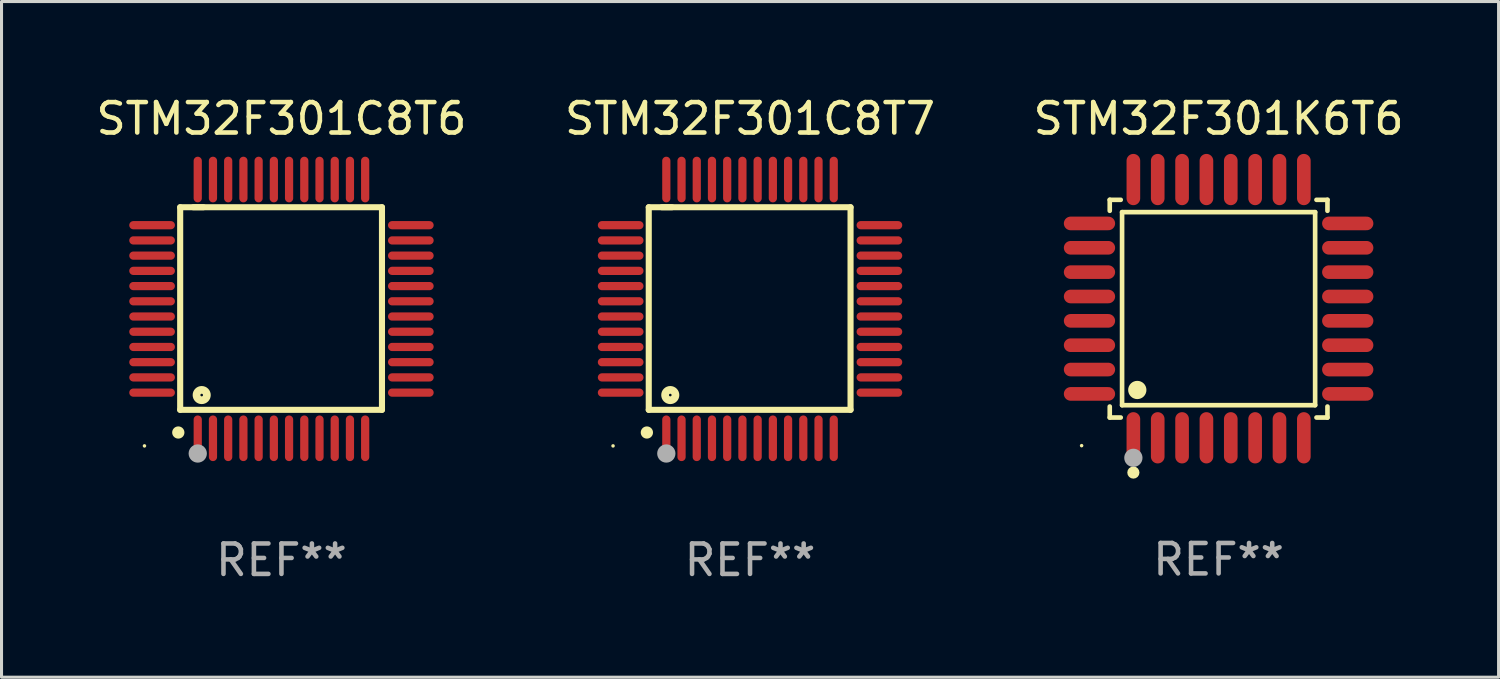
<source format=kicad_pcb>
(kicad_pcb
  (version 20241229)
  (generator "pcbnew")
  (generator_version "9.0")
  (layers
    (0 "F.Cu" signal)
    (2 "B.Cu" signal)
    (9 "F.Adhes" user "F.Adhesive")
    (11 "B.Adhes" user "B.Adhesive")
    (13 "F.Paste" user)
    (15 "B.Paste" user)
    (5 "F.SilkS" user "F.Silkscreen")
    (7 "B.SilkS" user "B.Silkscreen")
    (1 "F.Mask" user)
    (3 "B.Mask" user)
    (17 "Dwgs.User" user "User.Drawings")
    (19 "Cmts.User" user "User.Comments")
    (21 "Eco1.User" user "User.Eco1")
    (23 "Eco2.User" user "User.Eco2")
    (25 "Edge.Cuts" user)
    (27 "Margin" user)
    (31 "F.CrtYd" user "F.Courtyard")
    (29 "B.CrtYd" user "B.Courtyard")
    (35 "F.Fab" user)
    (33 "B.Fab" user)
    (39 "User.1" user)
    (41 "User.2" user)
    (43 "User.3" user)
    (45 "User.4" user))
  (footprint "STM32F301K6T6"
    (layer "F.Cu")
    (at 36.982 7.09)
    (property "Reference" "STM32F301K6T6" (at 0 -6.242 0) (layer "F.SilkS") (effects (font (size 1 1) (thickness 0.15))))
    (attr through_hole)
    (fp_line (start -3.576 -3.576) (end -3.215 -3.576) (stroke (width 0.152) (type solid)) (layer "F.SilkS"))
    (fp_line (start -3.576 -3.215) (end -3.576 -3.576) (stroke (width 0.152) (type solid)) (layer "F.SilkS"))
    (fp_line (start -3.576 3.215) (end -3.576 3.576) (stroke (width 0.152) (type solid)) (layer "F.SilkS"))
    (fp_line (start -3.576 3.576) (end -3.215 3.576) (stroke (width 0.152) (type solid)) (layer "F.SilkS"))
    (fp_line (start -3.171 -3.171) (end 3.171 -3.171) (stroke (width 0.152) (type solid)) (layer "F.SilkS"))
    (fp_line (start -3.171 3.171) (end -3.171 -3.171) (stroke (width 0.152) (type solid)) (layer "F.SilkS"))
    (fp_line (start 3.171 -3.171) (end 3.171 3.171) (stroke (width 0.152) (type solid)) (layer "F.SilkS"))
    (fp_line (start 3.171 3.171) (end -3.171 3.171) (stroke (width 0.152) (type solid)) (layer "F.SilkS"))
    (fp_line (start 3.576 -3.576) (end 3.215 -3.576) (stroke (width 0.152) (type solid)) (layer "F.SilkS"))
    (fp_line (start 3.576 -3.215) (end 3.576 -3.576) (stroke (width 0.152) (type solid)) (layer "F.SilkS"))
    (fp_line (start 3.576 3.215) (end 3.576 3.576) (stroke (width 0.152) (type solid)) (layer "F.SilkS"))
    (fp_line (start 3.576 3.576) (end 3.215 3.576) (stroke (width 0.152) (type solid)) (layer "F.SilkS"))
    (fp_circle (center -4.5 4.5) (end -4.47 4.5) (stroke (width 0.06) (type solid)) (fill no) (layer "F.SilkS"))
    (fp_circle (center -2.8 5.384) (end -2.7 5.384) (stroke (width 0.2) (type solid)) (fill no) (layer "F.SilkS"))
    (fp_circle (center -2.671 2.671) (end -2.521 2.671) (stroke (width 0.3) (type solid)) (fill no) (layer "F.SilkS"))
    (fp_circle (center -2.8 4.9) (end -2.65 4.9) (stroke (width 0.3) (type solid)) (fill no) (layer "F.Fab"))
    (fp_text user "REF**" (at 0 8.242 0) (layer "F.Fab") (effects (font (size 1 1) (thickness 0.15))))
    (pad "1" smd oval (at -2.8 4.242) (size 0.448 1.684) (layers "F.Cu" "F.Mask" "F.Paste"))
    (pad "2" smd oval (at -2 4.242) (size 0.448 1.684) (layers "F.Cu" "F.Mask" "F.Paste"))
    (pad "3" smd oval (at -1.2 4.242) (size 0.448 1.684) (layers "F.Cu" "F.Mask" "F.Paste"))
    (pad "4" smd oval (at -0.4 4.242) (size 0.448 1.684) (layers "F.Cu" "F.Mask" "F.Paste"))
    (pad "5" smd oval (at 0.4 4.242) (size 0.448 1.684) (layers "F.Cu" "F.Mask" "F.Paste"))
    (pad "6" smd oval (at 1.2 4.242) (size 0.448 1.684) (layers "F.Cu" "F.Mask" "F.Paste"))
    (pad "7" smd oval (at 2 4.242) (size 0.448 1.684) (layers "F.Cu" "F.Mask" "F.Paste"))
    (pad "8" smd oval (at 2.8 4.242) (size 0.448 1.684) (layers "F.Cu" "F.Mask" "F.Paste"))
    (pad "9" smd oval (at 4.242 2.8) (size 1.684 0.448) (layers "F.Cu" "F.Mask" "F.Paste"))
    (pad "10" smd oval (at 4.242 2) (size 1.684 0.448) (layers "F.Cu" "F.Mask" "F.Paste"))
    (pad "11" smd oval (at 4.242 1.2) (size 1.684 0.448) (layers "F.Cu" "F.Mask" "F.Paste"))
    (pad "12" smd oval (at 4.242 0.4) (size 1.684 0.448) (layers "F.Cu" "F.Mask" "F.Paste"))
    (pad "13" smd oval (at 4.242 -0.4) (size 1.684 0.448) (layers "F.Cu" "F.Mask" "F.Paste"))
    (pad "14" smd oval (at 4.242 -1.2) (size 1.684 0.448) (layers "F.Cu" "F.Mask" "F.Paste"))
    (pad "15" smd oval (at 4.242 -2) (size 1.684 0.448) (layers "F.Cu" "F.Mask" "F.Paste"))
    (pad "16" smd oval (at 4.242 -2.8) (size 1.684 0.448) (layers "F.Cu" "F.Mask" "F.Paste"))
    (pad "17" smd oval (at 2.8 -4.242) (size 0.448 1.684) (layers "F.Cu" "F.Mask" "F.Paste"))
    (pad "18" smd oval (at 2 -4.242) (size 0.448 1.684) (layers "F.Cu" "F.Mask" "F.Paste"))
    (pad "19" smd oval (at 1.2 -4.242) (size 0.448 1.684) (layers "F.Cu" "F.Mask" "F.Paste"))
    (pad "20" smd oval (at 0.4 -4.242) (size 0.448 1.684) (layers "F.Cu" "F.Mask" "F.Paste"))
    (pad "21" smd oval (at -0.4 -4.242) (size 0.448 1.684) (layers "F.Cu" "F.Mask" "F.Paste"))
    (pad "22" smd oval (at -1.2 -4.242) (size 0.448 1.684) (layers "F.Cu" "F.Mask" "F.Paste"))
    (pad "23" smd oval (at -2 -4.242) (size 0.448 1.684) (layers "F.Cu" "F.Mask" "F.Paste"))
    (pad "24" smd oval (at -2.8 -4.242) (size 0.448 1.684) (layers "F.Cu" "F.Mask" "F.Paste"))
    (pad "25" smd oval (at -4.242 -2.8) (size 1.684 0.448) (layers "F.Cu" "F.Mask" "F.Paste"))
    (pad "26" smd oval (at -4.242 -2) (size 1.684 0.448) (layers "F.Cu" "F.Mask" "F.Paste"))
    (pad "27" smd oval (at -4.242 -1.2) (size 1.684 0.448) (layers "F.Cu" "F.Mask" "F.Paste"))
    (pad "28" smd oval (at -4.242 -0.4) (size 1.684 0.448) (layers "F.Cu" "F.Mask" "F.Paste"))
    (pad "29" smd oval (at -4.242 0.4) (size 1.684 0.448) (layers "F.Cu" "F.Mask" "F.Paste"))
    (pad "30" smd oval (at -4.242 1.2) (size 1.684 0.448) (layers "F.Cu" "F.Mask" "F.Paste"))
    (pad "31" smd oval (at -4.242 2) (size 1.684 0.448) (layers "F.Cu" "F.Mask" "F.Paste"))
    (pad "32" smd oval (at -4.242 2.8) (size 1.684 0.448) (layers "F.Cu" "F.Mask" "F.Paste")))
  (footprint "STM32F301C8T7"
    (layer "F.Cu")
    (at 21.589 7.098)
    (property "Reference" "STM32F301C8T7" (at 0 -6.25 0) (layer "F.SilkS") (effects (font (size 1 1) (thickness 0.15))))
    (attr through_hole)
    (fp_line (start -3.327 -3.34) (end -2.565 -3.34) (stroke (width 0.2) (type solid)) (layer "F.SilkS"))
    (fp_line (start -3.327 3.315) (end -3.327 -3.34) (stroke (width 0.2) (type solid)) (layer "F.SilkS"))
    (fp_line (start -2.896 -3.34) (end 3.302 -3.34) (stroke (width 0.2) (type solid)) (layer "F.SilkS"))
    (fp_line (start 3.302 -3.34) (end 3.302 3.315) (stroke (width 0.2) (type solid)) (layer "F.SilkS"))
    (fp_line (start 3.302 3.315) (end -3.327 3.315) (stroke (width 0.2) (type solid)) (layer "F.SilkS"))
    (fp_arc (start -3.389992 4.059995) (mid -3.388722 4.059991) (end -3.387452 4.059995) (stroke (width 0.4) (type solid)) (layer "F.SilkS"))
    (fp_circle (center -4.5 4.5) (end -4.47 4.5) (stroke (width 0.06) (type solid)) (fill no) (layer "F.SilkS"))
    (fp_circle (center -2.62 2.83) (end -2.45 2.83) (stroke (width 0.254) (type solid)) (fill no) (layer "F.SilkS"))
    (fp_circle (center -2.75 4.75) (end -2.6 4.75) (stroke (width 0.3) (type solid)) (fill no) (layer "F.Fab"))
    (fp_text user "REF**" (at 0 8.25 0) (layer "F.Fab") (effects (font (size 1 1) (thickness 0.15))))
    (pad "1" smd oval (at -2.75 4.25) (size 0.27 1.5) (layers "F.Cu" "F.Mask" "F.Paste"))
    (pad "2" smd oval (at -2.25 4.25) (size 0.27 1.5) (layers "F.Cu" "F.Mask" "F.Paste"))
    (pad "3" smd oval (at -1.75 4.25) (size 0.27 1.5) (layers "F.Cu" "F.Mask" "F.Paste"))
    (pad "4" smd oval (at -1.25 4.25) (size 0.27 1.5) (layers "F.Cu" "F.Mask" "F.Paste"))
    (pad "5" smd oval (at -0.75 4.25) (size 0.27 1.5) (layers "F.Cu" "F.Mask" "F.Paste"))
    (pad "6" smd oval (at -0.25 4.25) (size 0.27 1.5) (layers "F.Cu" "F.Mask" "F.Paste"))
    (pad "7" smd oval (at 0.25 4.25) (size 0.27 1.5) (layers "F.Cu" "F.Mask" "F.Paste"))
    (pad "8" smd oval (at 0.75 4.25) (size 0.27 1.5) (layers "F.Cu" "F.Mask" "F.Paste"))
    (pad "9" smd oval (at 1.25 4.25) (size 0.27 1.5) (layers "F.Cu" "F.Mask" "F.Paste"))
    (pad "10" smd oval (at 1.75 4.25) (size 0.27 1.5) (layers "F.Cu" "F.Mask" "F.Paste"))
    (pad "11" smd oval (at 2.25 4.25) (size 0.27 1.5) (layers "F.Cu" "F.Mask" "F.Paste"))
    (pad "12" smd oval (at 2.75 4.25) (size 0.27 1.5) (layers "F.Cu" "F.Mask" "F.Paste"))
    (pad "13" smd oval (at 4.25 2.75) (size 1.5 0.27) (layers "F.Cu" "F.Mask" "F.Paste"))
    (pad "14" smd oval (at 4.25 2.25) (size 1.5 0.27) (layers "F.Cu" "F.Mask" "F.Paste"))
    (pad "15" smd oval (at 4.25 1.75) (size 1.5 0.27) (layers "F.Cu" "F.Mask" "F.Paste"))
    (pad "16" smd oval (at 4.25 1.25) (size 1.5 0.27) (layers "F.Cu" "F.Mask" "F.Paste"))
    (pad "17" smd oval (at 4.25 0.75) (size 1.5 0.27) (layers "F.Cu" "F.Mask" "F.Paste"))
    (pad "18" smd oval (at 4.25 0.25) (size 1.5 0.27) (layers "F.Cu" "F.Mask" "F.Paste"))
    (pad "19" smd oval (at 4.25 -0.25) (size 1.5 0.27) (layers "F.Cu" "F.Mask" "F.Paste"))
    (pad "20" smd oval (at 4.25 -0.75) (size 1.5 0.27) (layers "F.Cu" "F.Mask" "F.Paste"))
    (pad "21" smd oval (at 4.25 -1.25) (size 1.5 0.27) (layers "F.Cu" "F.Mask" "F.Paste"))
    (pad "22" smd oval (at 4.25 -1.75) (size 1.5 0.27) (layers "F.Cu" "F.Mask" "F.Paste"))
    (pad "23" smd oval (at 4.25 -2.25) (size 1.5 0.27) (layers "F.Cu" "F.Mask" "F.Paste"))
    (pad "24" smd oval (at 4.25 -2.75) (size 1.5 0.27) (layers "F.Cu" "F.Mask" "F.Paste"))
    (pad "25" smd oval (at 2.75 -4.25) (size 0.27 1.5) (layers "F.Cu" "F.Mask" "F.Paste"))
    (pad "26" smd oval (at 2.25 -4.25) (size 0.27 1.5) (layers "F.Cu" "F.Mask" "F.Paste"))
    (pad "27" smd oval (at 1.75 -4.25) (size 0.27 1.5) (layers "F.Cu" "F.Mask" "F.Paste"))
    (pad "28" smd oval (at 1.25 -4.25) (size 0.27 1.5) (layers "F.Cu" "F.Mask" "F.Paste"))
    (pad "29" smd oval (at 0.75 -4.25) (size 0.27 1.5) (layers "F.Cu" "F.Mask" "F.Paste"))
    (pad "30" smd oval (at 0.25 -4.25) (size 0.27 1.5) (layers "F.Cu" "F.Mask" "F.Paste"))
    (pad "31" smd oval (at -0.25 -4.25) (size 0.27 1.5) (layers "F.Cu" "F.Mask" "F.Paste"))
    (pad "32" smd oval (at -0.75 -4.25) (size 0.27 1.5) (layers "F.Cu" "F.Mask" "F.Paste"))
    (pad "33" smd oval (at -1.25 -4.25) (size 0.27 1.5) (layers "F.Cu" "F.Mask" "F.Paste"))
    (pad "34" smd oval (at -1.75 -4.25) (size 0.27 1.5) (layers "F.Cu" "F.Mask" "F.Paste"))
    (pad "35" smd oval (at -2.25 -4.25) (size 0.27 1.5) (layers "F.Cu" "F.Mask" "F.Paste"))
    (pad "36" smd oval (at -2.75 -4.25) (size 0.27 1.5) (layers "F.Cu" "F.Mask" "F.Paste"))
    (pad "37" smd oval (at -4.25 -2.75) (size 1.5 0.27) (layers "F.Cu" "F.Mask" "F.Paste"))
    (pad "38" smd oval (at -4.25 -2.25) (size 1.5 0.27) (layers "F.Cu" "F.Mask" "F.Paste"))
    (pad "39" smd oval (at -4.25 -1.75) (size 1.5 0.27) (layers "F.Cu" "F.Mask" "F.Paste"))
    (pad "40" smd oval (at -4.25 -1.25) (size 1.5 0.27) (layers "F.Cu" "F.Mask" "F.Paste"))
    (pad "41" smd oval (at -4.25 -0.75) (size 1.5 0.27) (layers "F.Cu" "F.Mask" "F.Paste"))
    (pad "42" smd oval (at -4.25 -0.25) (size 1.5 0.27) (layers "F.Cu" "F.Mask" "F.Paste"))
    (pad "43" smd oval (at -4.25 0.25) (size 1.5 0.27) (layers "F.Cu" "F.Mask" "F.Paste"))
    (pad "44" smd oval (at -4.25 0.75) (size 1.5 0.27) (layers "F.Cu" "F.Mask" "F.Paste"))
    (pad "45" smd oval (at -4.25 1.25) (size 1.5 0.27) (layers "F.Cu" "F.Mask" "F.Paste"))
    (pad "46" smd oval (at -4.25 1.75) (size 1.5 0.27) (layers "F.Cu" "F.Mask" "F.Paste"))
    (pad "47" smd oval (at -4.25 2.25) (size 1.5 0.27) (layers "F.Cu" "F.Mask" "F.Paste"))
    (pad "48" smd oval (at -4.25 2.75) (size 1.5 0.27) (layers "F.Cu" "F.Mask" "F.Paste")))
  (footprint "STM32F301C8T6"
    (layer "F.Cu")
    (at 6.196 7.098)
    (property "Reference" "STM32F301C8T6" (at 0 -6.25 0) (layer "F.SilkS") (effects (font (size 1 1) (thickness 0.15))))
    (attr through_hole)
    (fp_line (start -3.327 -3.34) (end -2.565 -3.34) (stroke (width 0.2) (type solid)) (layer "F.SilkS"))
    (fp_line (start -3.327 3.315) (end -3.327 -3.34) (stroke (width 0.2) (type solid)) (layer "F.SilkS"))
    (fp_line (start -2.896 -3.34) (end 3.302 -3.34) (stroke (width 0.2) (type solid)) (layer "F.SilkS"))
    (fp_line (start 3.302 -3.34) (end 3.302 3.315) (stroke (width 0.2) (type solid)) (layer "F.SilkS"))
    (fp_line (start 3.302 3.315) (end -3.327 3.315) (stroke (width 0.2) (type solid)) (layer "F.SilkS"))
    (fp_arc (start -3.389992 4.059995) (mid -3.388722 4.059991) (end -3.387452 4.059995) (stroke (width 0.4) (type solid)) (layer "F.SilkS"))
    (fp_circle (center -4.5 4.5) (end -4.47 4.5) (stroke (width 0.06) (type solid)) (fill no) (layer "F.SilkS"))
    (fp_circle (center -2.62 2.83) (end -2.45 2.83) (stroke (width 0.254) (type solid)) (fill no) (layer "F.SilkS"))
    (fp_circle (center -2.75 4.75) (end -2.6 4.75) (stroke (width 0.3) (type solid)) (fill no) (layer "F.Fab"))
    (fp_text user "REF**" (at 0 8.25 0) (layer "F.Fab") (effects (font (size 1 1) (thickness 0.15))))
    (pad "1" smd oval (at -2.75 4.25) (size 0.27 1.5) (layers "F.Cu" "F.Mask" "F.Paste"))
    (pad "2" smd oval (at -2.25 4.25) (size 0.27 1.5) (layers "F.Cu" "F.Mask" "F.Paste"))
    (pad "3" smd oval (at -1.75 4.25) (size 0.27 1.5) (layers "F.Cu" "F.Mask" "F.Paste"))
    (pad "4" smd oval (at -1.25 4.25) (size 0.27 1.5) (layers "F.Cu" "F.Mask" "F.Paste"))
    (pad "5" smd oval (at -0.75 4.25) (size 0.27 1.5) (layers "F.Cu" "F.Mask" "F.Paste"))
    (pad "6" smd oval (at -0.25 4.25) (size 0.27 1.5) (layers "F.Cu" "F.Mask" "F.Paste"))
    (pad "7" smd oval (at 0.25 4.25) (size 0.27 1.5) (layers "F.Cu" "F.Mask" "F.Paste"))
    (pad "8" smd oval (at 0.75 4.25) (size 0.27 1.5) (layers "F.Cu" "F.Mask" "F.Paste"))
    (pad "9" smd oval (at 1.25 4.25) (size 0.27 1.5) (layers "F.Cu" "F.Mask" "F.Paste"))
    (pad "10" smd oval (at 1.75 4.25) (size 0.27 1.5) (layers "F.Cu" "F.Mask" "F.Paste"))
    (pad "11" smd oval (at 2.25 4.25) (size 0.27 1.5) (layers "F.Cu" "F.Mask" "F.Paste"))
    (pad "12" smd oval (at 2.75 4.25) (size 0.27 1.5) (layers "F.Cu" "F.Mask" "F.Paste"))
    (pad "13" smd oval (at 4.25 2.75) (size 1.5 0.27) (layers "F.Cu" "F.Mask" "F.Paste"))
    (pad "14" smd oval (at 4.25 2.25) (size 1.5 0.27) (layers "F.Cu" "F.Mask" "F.Paste"))
    (pad "15" smd oval (at 4.25 1.75) (size 1.5 0.27) (layers "F.Cu" "F.Mask" "F.Paste"))
    (pad "16" smd oval (at 4.25 1.25) (size 1.5 0.27) (layers "F.Cu" "F.Mask" "F.Paste"))
    (pad "17" smd oval (at 4.25 0.75) (size 1.5 0.27) (layers "F.Cu" "F.Mask" "F.Paste"))
    (pad "18" smd oval (at 4.25 0.25) (size 1.5 0.27) (layers "F.Cu" "F.Mask" "F.Paste"))
    (pad "19" smd oval (at 4.25 -0.25) (size 1.5 0.27) (layers "F.Cu" "F.Mask" "F.Paste"))
    (pad "20" smd oval (at 4.25 -0.75) (size 1.5 0.27) (layers "F.Cu" "F.Mask" "F.Paste"))
    (pad "21" smd oval (at 4.25 -1.25) (size 1.5 0.27) (layers "F.Cu" "F.Mask" "F.Paste"))
    (pad "22" smd oval (at 4.25 -1.75) (size 1.5 0.27) (layers "F.Cu" "F.Mask" "F.Paste"))
    (pad "23" smd oval (at 4.25 -2.25) (size 1.5 0.27) (layers "F.Cu" "F.Mask" "F.Paste"))
    (pad "24" smd oval (at 4.25 -2.75) (size 1.5 0.27) (layers "F.Cu" "F.Mask" "F.Paste"))
    (pad "25" smd oval (at 2.75 -4.25) (size 0.27 1.5) (layers "F.Cu" "F.Mask" "F.Paste"))
    (pad "26" smd oval (at 2.25 -4.25) (size 0.27 1.5) (layers "F.Cu" "F.Mask" "F.Paste"))
    (pad "27" smd oval (at 1.75 -4.25) (size 0.27 1.5) (layers "F.Cu" "F.Mask" "F.Paste"))
    (pad "28" smd oval (at 1.25 -4.25) (size 0.27 1.5) (layers "F.Cu" "F.Mask" "F.Paste"))
    (pad "29" smd oval (at 0.75 -4.25) (size 0.27 1.5) (layers "F.Cu" "F.Mask" "F.Paste"))
    (pad "30" smd oval (at 0.25 -4.25) (size 0.27 1.5) (layers "F.Cu" "F.Mask" "F.Paste"))
    (pad "31" smd oval (at -0.25 -4.25) (size 0.27 1.5) (layers "F.Cu" "F.Mask" "F.Paste"))
    (pad "32" smd oval (at -0.75 -4.25) (size 0.27 1.5) (layers "F.Cu" "F.Mask" "F.Paste"))
    (pad "33" smd oval (at -1.25 -4.25) (size 0.27 1.5) (layers "F.Cu" "F.Mask" "F.Paste"))
    (pad "34" smd oval (at -1.75 -4.25) (size 0.27 1.5) (layers "F.Cu" "F.Mask" "F.Paste"))
    (pad "35" smd oval (at -2.25 -4.25) (size 0.27 1.5) (layers "F.Cu" "F.Mask" "F.Paste"))
    (pad "36" smd oval (at -2.75 -4.25) (size 0.27 1.5) (layers "F.Cu" "F.Mask" "F.Paste"))
    (pad "37" smd oval (at -4.25 -2.75) (size 1.5 0.27) (layers "F.Cu" "F.Mask" "F.Paste"))
    (pad "38" smd oval (at -4.25 -2.25) (size 1.5 0.27) (layers "F.Cu" "F.Mask" "F.Paste"))
    (pad "39" smd oval (at -4.25 -1.75) (size 1.5 0.27) (layers "F.Cu" "F.Mask" "F.Paste"))
    (pad "40" smd oval (at -4.25 -1.25) (size 1.5 0.27) (layers "F.Cu" "F.Mask" "F.Paste"))
    (pad "41" smd oval (at -4.25 -0.75) (size 1.5 0.27) (layers "F.Cu" "F.Mask" "F.Paste"))
    (pad "42" smd oval (at -4.25 -0.25) (size 1.5 0.27) (layers "F.Cu" "F.Mask" "F.Paste"))
    (pad "43" smd oval (at -4.25 0.25) (size 1.5 0.27) (layers "F.Cu" "F.Mask" "F.Paste"))
    (pad "44" smd oval (at -4.25 0.75) (size 1.5 0.27) (layers "F.Cu" "F.Mask" "F.Paste"))
    (pad "45" smd oval (at -4.25 1.25) (size 1.5 0.27) (layers "F.Cu" "F.Mask" "F.Paste"))
    (pad "46" smd oval (at -4.25 1.75) (size 1.5 0.27) (layers "F.Cu" "F.Mask" "F.Paste"))
    (pad "47" smd oval (at -4.25 2.25) (size 1.5 0.27) (layers "F.Cu" "F.Mask" "F.Paste"))
    (pad "48" smd oval (at -4.25 2.75) (size 1.5 0.27) (layers "F.Cu" "F.Mask" "F.Paste")))
  (gr_rect
    (start -3 -3)
    (end 46.179 19.196)
    (stroke (width 0.1) (type default))
    (fill no)
    (layer "Edge.Cuts")))
</source>
